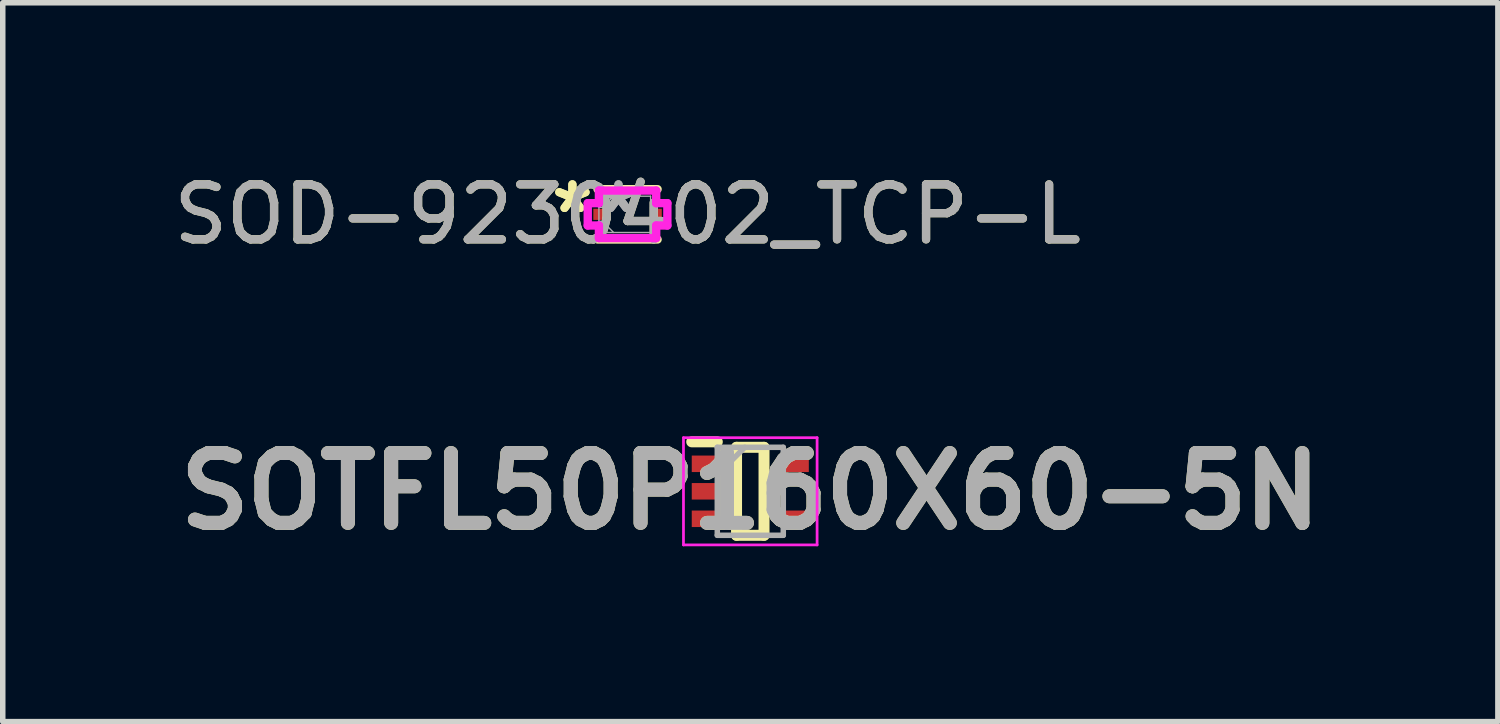
<source format=kicad_pcb>
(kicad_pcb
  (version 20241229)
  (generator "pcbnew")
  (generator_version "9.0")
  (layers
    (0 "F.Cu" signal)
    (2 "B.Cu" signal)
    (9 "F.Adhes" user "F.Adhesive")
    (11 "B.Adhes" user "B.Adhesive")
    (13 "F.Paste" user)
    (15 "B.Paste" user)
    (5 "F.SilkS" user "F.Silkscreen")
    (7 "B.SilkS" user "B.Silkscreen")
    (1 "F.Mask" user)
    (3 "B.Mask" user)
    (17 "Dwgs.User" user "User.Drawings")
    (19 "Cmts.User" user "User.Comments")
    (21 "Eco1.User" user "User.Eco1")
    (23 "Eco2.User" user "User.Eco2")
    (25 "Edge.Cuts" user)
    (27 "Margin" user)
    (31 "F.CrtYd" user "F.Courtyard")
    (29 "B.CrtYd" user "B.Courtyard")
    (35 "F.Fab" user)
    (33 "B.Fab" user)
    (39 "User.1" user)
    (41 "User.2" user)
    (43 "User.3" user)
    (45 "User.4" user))
  (footprint "SOTFL50P160X60-5N"
    (layer "F.Cu")
    (at 10.595 5.885)
    (property "Reference" "SOTFL50P160X60-5N" (at 0 0 0) (layer "F.SilkS") (effects (font (size 1.27 1.27) (thickness 0.254))))
    (attr smd)
    (fp_line (start -1.065 -0.9) (end -0.6 -0.9) (stroke (width 0.2) (type solid)) (layer "F.SilkS"))
    (fp_line (start -0.25 -0.8) (end 0.25 -0.8) (stroke (width 0.2) (type solid)) (layer "F.SilkS"))
    (fp_line (start -0.25 0.8) (end -0.25 -0.8) (stroke (width 0.2) (type solid)) (layer "F.SilkS"))
    (fp_line (start 0.25 -0.8) (end 0.25 0.8) (stroke (width 0.2) (type solid)) (layer "F.SilkS"))
    (fp_line (start 0.25 0.8) (end -0.25 0.8) (stroke (width 0.2) (type solid)) (layer "F.SilkS"))
    (fp_line (start -1.215 -0.975) (end 1.215 -0.975) (stroke (width 0.05) (type solid)) (layer "F.CrtYd"))
    (fp_line (start -1.215 0.975) (end -1.215 -0.975) (stroke (width 0.05) (type solid)) (layer "F.CrtYd"))
    (fp_line (start 1.215 -0.975) (end 1.215 0.975) (stroke (width 0.05) (type solid)) (layer "F.CrtYd"))
    (fp_line (start 1.215 0.975) (end -1.215 0.975) (stroke (width 0.05) (type solid)) (layer "F.CrtYd"))
    (fp_line (start -0.6 -0.8) (end 0.6 -0.8) (stroke (width 0.1) (type solid)) (layer "F.Fab"))
    (fp_line (start -0.6 -0.3) (end -0.1 -0.8) (stroke (width 0.1) (type solid)) (layer "F.Fab"))
    (fp_line (start -0.6 0.8) (end -0.6 -0.8) (stroke (width 0.1) (type solid)) (layer "F.Fab"))
    (fp_line (start 0.6 -0.8) (end 0.6 0.8) (stroke (width 0.1) (type solid)) (layer "F.Fab"))
    (fp_line (start 0.6 0.8) (end -0.6 0.8) (stroke (width 0.1) (type solid)) (layer "F.Fab"))
    (fp_text user "${REFERENCE}" (at 0 0 0) (layer "F.Fab") (effects (font (size 1.27 1.27) (thickness 0.254))))
    (pad "1" smd rect (at -0.832 -0.5 90) (size 0.3 0.465) (layers "F.Cu" "F.Mask" "F.Paste"))
    (pad "2" smd rect (at -0.832 0 90) (size 0.3 0.465) (layers "F.Cu" "F.Mask" "F.Paste"))
    (pad "3" smd rect (at -0.832 0.5 90) (size 0.3 0.465) (layers "F.Cu" "F.Mask" "F.Paste"))
    (pad "4" smd rect (at 0.832 0.5 90) (size 0.3 0.465) (layers "F.Cu" "F.Mask" "F.Paste"))
    (pad "5" smd rect (at 0.832 -0.5 90) (size 0.3 0.465) (layers "F.Cu" "F.Mask" "F.Paste")))
  (footprint "SOD-9230402_TCP-L"
    (layer "F.Cu")
    (at 8.363 0.848)
    (property "Reference" "SOD-9230402_TCP-L" (at 0 0 0) (unlocked yes) (layer "F.SilkS") (effects (font (size 1 1) (thickness 0.15))))
    (attr smd)
    (fp_line (start -0.546 0.457) (end 0.546 0.457) (stroke (width 0.152) (type solid)) (layer "F.SilkS"))
    (fp_line (start 0.546 -0.457) (end -0.546 -0.457) (stroke (width 0.152) (type solid)) (layer "F.SilkS"))
    (fp_line (start -0.724 -0.203) (end -0.521 -0.203) (stroke (width 0.152) (type solid)) (layer "F.CrtYd"))
    (fp_line (start -0.724 0.203) (end -0.724 -0.203) (stroke (width 0.152) (type solid)) (layer "F.CrtYd"))
    (fp_line (start -0.521 -0.432) (end 0.521 -0.432) (stroke (width 0.152) (type solid)) (layer "F.CrtYd"))
    (fp_line (start -0.521 -0.203) (end -0.521 -0.432) (stroke (width 0.152) (type solid)) (layer "F.CrtYd"))
    (fp_line (start -0.521 0.203) (end -0.724 0.203) (stroke (width 0.152) (type solid)) (layer "F.CrtYd"))
    (fp_line (start -0.521 0.432) (end -0.521 0.203) (stroke (width 0.152) (type solid)) (layer "F.CrtYd"))
    (fp_line (start 0.521 -0.432) (end 0.521 -0.203) (stroke (width 0.152) (type solid)) (layer "F.CrtYd"))
    (fp_line (start 0.521 -0.203) (end 0.724 -0.203) (stroke (width 0.152) (type solid)) (layer "F.CrtYd"))
    (fp_line (start 0.521 0.203) (end 0.521 0.432) (stroke (width 0.152) (type solid)) (layer "F.CrtYd"))
    (fp_line (start 0.521 0.432) (end -0.521 0.432) (stroke (width 0.152) (type solid)) (layer "F.CrtYd"))
    (fp_line (start 0.724 -0.203) (end 0.724 0.203) (stroke (width 0.152) (type solid)) (layer "F.CrtYd"))
    (fp_line (start 0.724 0.203) (end 0.521 0.203) (stroke (width 0.152) (type solid)) (layer "F.CrtYd"))
    (fp_line (start -0.521 -0.127) (end -0.521 0.127) (stroke (width 0.025) (type solid)) (layer "F.Fab"))
    (fp_line (start -0.521 0.127) (end -0.419 0.127) (stroke (width 0.025) (type solid)) (layer "F.Fab"))
    (fp_line (start -0.419 -0.33) (end -0.419 0.33) (stroke (width 0.025) (type solid)) (layer "F.Fab"))
    (fp_line (start -0.419 -0.165) (end -0.254 -0.33) (stroke (width 0.025) (type solid)) (layer "F.Fab"))
    (fp_line (start -0.419 -0.127) (end -0.521 -0.127) (stroke (width 0.025) (type solid)) (layer "F.Fab"))
    (fp_line (start -0.419 0.127) (end -0.419 -0.127) (stroke (width 0.025) (type solid)) (layer "F.Fab"))
    (fp_line (start -0.419 0.165) (end -0.254 0.33) (stroke (width 0.025) (type solid)) (layer "F.Fab"))
    (fp_line (start -0.419 0.33) (end 0.419 0.33) (stroke (width 0.025) (type solid)) (layer "F.Fab"))
    (fp_line (start 0.419 -0.33) (end -0.419 -0.33) (stroke (width 0.025) (type solid)) (layer "F.Fab"))
    (fp_line (start 0.419 -0.127) (end 0.419 0.127) (stroke (width 0.025) (type solid)) (layer "F.Fab"))
    (fp_line (start 0.419 0.127) (end 0.521 0.127) (stroke (width 0.025) (type solid)) (layer "F.Fab"))
    (fp_line (start 0.419 0.33) (end 0.419 -0.33) (stroke (width 0.025) (type solid)) (layer "F.Fab"))
    (fp_line (start 0.521 -0.127) (end 0.419 -0.127) (stroke (width 0.025) (type solid)) (layer "F.Fab"))
    (fp_line (start 0.521 0.127) (end 0.521 -0.127) (stroke (width 0.025) (type solid)) (layer "F.Fab"))
    (fp_text user "*" (at -1.003 0 0) (layer "F.SilkS") (effects (font (size 1 1) (thickness 0.15))))
    (fp_text user "*" (at -1.003 0 0) (unlocked yes) (layer "F.SilkS") (effects (font (size 1 1) (thickness 0.15))))
    (fp_text user "*" (at -0.165 0 0) (layer "F.Fab") (effects (font (size 1 1) (thickness 0.15))))
    (fp_text user "${REFERENCE}" (at 0 0 0) (unlocked yes) (layer "F.Fab") (effects (font (size 1 1) (thickness 0.15))))
    (fp_text user "*" (at -0.165 0 0) (unlocked yes) (layer "F.Fab") (effects (font (size 1 1) (thickness 0.15))))
    (pad "1" smd rect (at -0.521 0) (size 0.203 0.203) (layers "F.Cu" "F.Mask" "F.Paste"))
    (pad "2" smd rect (at 0.521 0) (size 0.203 0.203) (layers "F.Cu" "F.Mask" "F.Paste"))
    (zone (net_name "") (layer "F.Cu") (hatch full 0.508) (connect_pads) (min_thickness 0.254) (filled_areas_thickness no) (keepout (tracks not_allowed) (vias not_allowed) (pads allowed) (copperpour not_allowed) (footprints allowed)) (placement (enabled no)) (fill) (polygon (pts (xy 7.995 0.569) (xy 8.731 0.569) (xy 8.731 1.128) (xy 7.995 1.128)))))
  (gr_rect
    (start -3 -3)
    (end 24.191 10.074)
    (stroke (width 0.1) (type default))
    (fill no)
    (layer "Edge.Cuts")))
</source>
